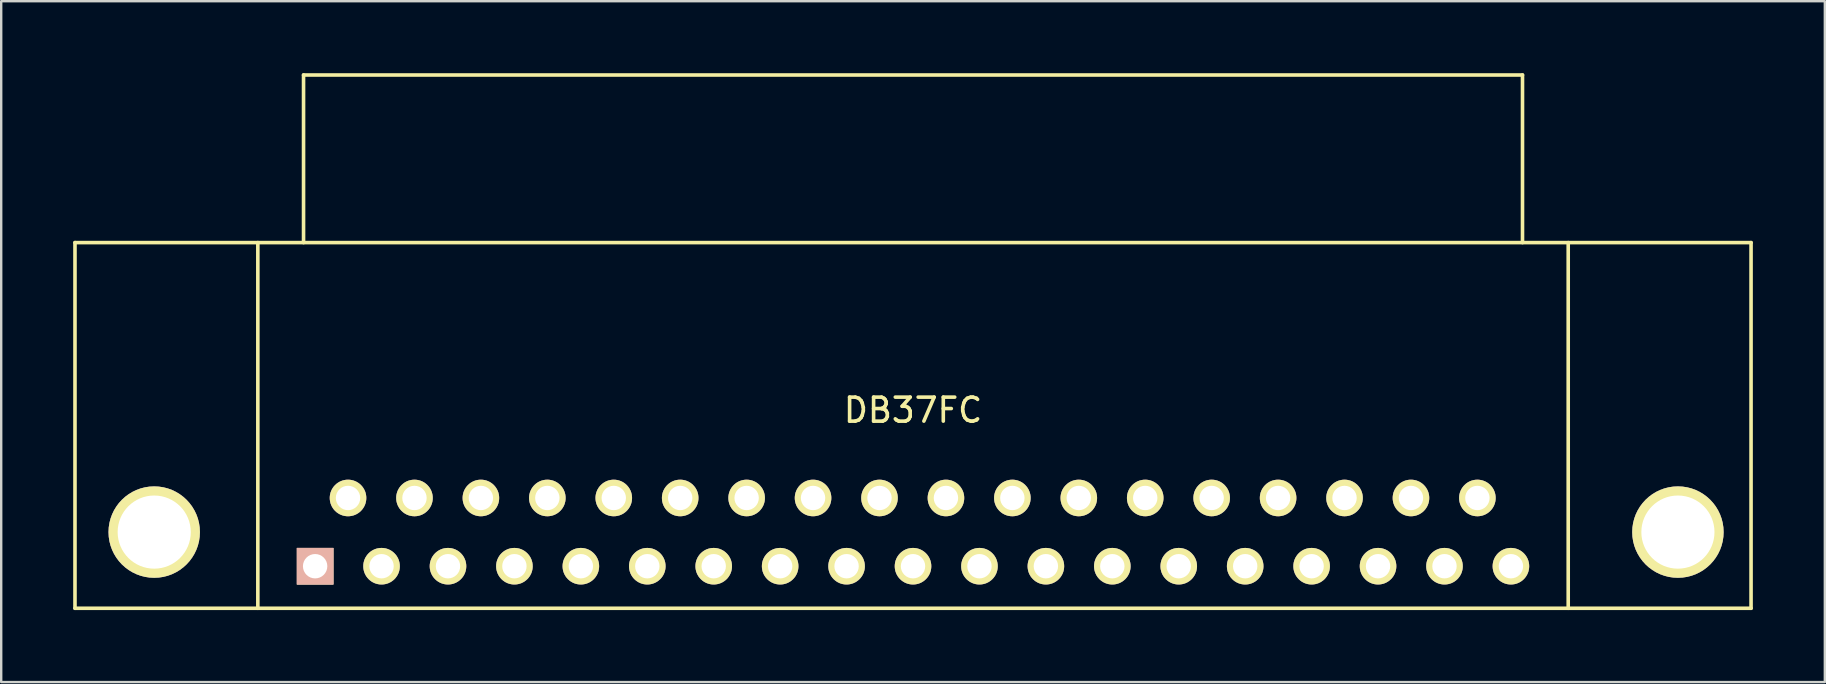
<source format=kicad_pcb>
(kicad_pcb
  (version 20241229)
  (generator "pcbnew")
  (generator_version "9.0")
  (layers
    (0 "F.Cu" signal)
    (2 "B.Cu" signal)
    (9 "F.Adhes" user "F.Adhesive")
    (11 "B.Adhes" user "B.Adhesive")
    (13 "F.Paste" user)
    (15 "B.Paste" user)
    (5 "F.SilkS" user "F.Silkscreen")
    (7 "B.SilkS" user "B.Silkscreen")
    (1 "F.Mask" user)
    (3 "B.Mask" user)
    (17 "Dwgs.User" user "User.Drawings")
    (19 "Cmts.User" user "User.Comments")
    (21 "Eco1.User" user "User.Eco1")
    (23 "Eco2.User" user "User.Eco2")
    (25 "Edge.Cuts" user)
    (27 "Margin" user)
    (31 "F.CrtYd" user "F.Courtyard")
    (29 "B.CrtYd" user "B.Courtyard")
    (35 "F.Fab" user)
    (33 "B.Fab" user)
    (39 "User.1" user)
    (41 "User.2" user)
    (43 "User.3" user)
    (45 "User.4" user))
  (footprint "DB37FC"
    (layer "F.Cu")
    (at 35 19.125)
    (property "Reference" "DB37FC" (at 0 -5.08 180) (layer "F.SilkS") (effects (font (size 1 1) (thickness 0.15))))
    (attr through_hole)
    (fp_line (start -34.925 -12.065) (end 34.925 -12.065) (stroke (width 0.15) (type solid)) (layer "F.SilkS"))
    (fp_line (start -34.925 3.175) (end -34.925 -12.065) (stroke (width 0.15) (type solid)) (layer "F.SilkS"))
    (fp_line (start -27.305 -12.065) (end -27.305 3.175) (stroke (width 0.15) (type solid)) (layer "F.SilkS"))
    (fp_line (start -25.4 -19.05) (end -25.4 -12.065) (stroke (width 0.15) (type solid)) (layer "F.SilkS"))
    (fp_line (start 25.4 -19.05) (end -25.4 -19.05) (stroke (width 0.15) (type solid)) (layer "F.SilkS"))
    (fp_line (start 25.4 -12.065) (end 25.4 -19.05) (stroke (width 0.15) (type solid)) (layer "F.SilkS"))
    (fp_line (start 27.305 -12.065) (end 27.305 3.175) (stroke (width 0.15) (type solid)) (layer "F.SilkS"))
    (fp_line (start 34.925 -12.065) (end 34.925 3.175) (stroke (width 0.15) (type solid)) (layer "F.SilkS"))
    (fp_line (start 34.925 3.175) (end -34.925 3.175) (stroke (width 0.15) (type solid)) (layer "F.SilkS"))
    (pad "1" thru_hole rect (at -24.917 1.422 180) (size 1.524 1.524) (drill 1.016) (layers "*.Cu" "*.SilkS" "*.Mask"))
    (pad "2" thru_hole circle (at -22.149 1.422 180) (size 1.524 1.524) (drill 1.016) (layers "*.Cu" "*.Mask" "F.SilkS"))
    (pad "3" thru_hole circle (at -19.38 1.422 180) (size 1.524 1.524) (drill 1.016) (layers "*.Cu" "*.Mask" "F.SilkS"))
    (pad "4" thru_hole circle (at -16.612 1.422 180) (size 1.524 1.524) (drill 1.016) (layers "*.Cu" "*.Mask" "F.SilkS"))
    (pad "5" thru_hole circle (at -13.843 1.422 180) (size 1.524 1.524) (drill 1.016) (layers "*.Cu" "*.Mask" "F.SilkS"))
    (pad "6" thru_hole circle (at -11.074 1.422 180) (size 1.524 1.524) (drill 1.016) (layers "*.Cu" "*.Mask" "F.SilkS"))
    (pad "7" thru_hole circle (at -8.306 1.422 180) (size 1.524 1.524) (drill 1.016) (layers "*.Cu" "*.Mask" "F.SilkS"))
    (pad "8" thru_hole circle (at -5.537 1.422 180) (size 1.524 1.524) (drill 1.016) (layers "*.Cu" "*.Mask" "F.SilkS"))
    (pad "9" thru_hole circle (at -2.769 1.422 180) (size 1.524 1.524) (drill 1.016) (layers "*.Cu" "*.Mask" "F.SilkS"))
    (pad "10" thru_hole circle (at 0 1.422 180) (size 1.524 1.524) (drill 1.016) (layers "*.Cu" "*.Mask" "F.SilkS"))
    (pad "11" thru_hole circle (at 2.769 1.422 180) (size 1.524 1.524) (drill 1.016) (layers "*.Cu" "*.Mask" "F.SilkS"))
    (pad "12" thru_hole circle (at 5.537 1.422 180) (size 1.524 1.524) (drill 1.016) (layers "*.Cu" "*.Mask" "F.SilkS"))
    (pad "13" thru_hole circle (at 8.306 1.422 180) (size 1.524 1.524) (drill 1.016) (layers "*.Cu" "*.Mask" "F.SilkS"))
    (pad "14" thru_hole circle (at 11.074 1.422 180) (size 1.524 1.524) (drill 1.016) (layers "*.Cu" "*.Mask" "F.SilkS"))
    (pad "15" thru_hole circle (at 13.843 1.422 180) (size 1.524 1.524) (drill 1.016) (layers "*.Cu" "*.Mask" "F.SilkS"))
    (pad "16" thru_hole circle (at 16.612 1.422 180) (size 1.524 1.524) (drill 1.016) (layers "*.Cu" "*.Mask" "F.SilkS"))
    (pad "17" thru_hole circle (at 19.38 1.422 180) (size 1.524 1.524) (drill 1.016) (layers "*.Cu" "*.Mask" "F.SilkS"))
    (pad "18" thru_hole circle (at 22.149 1.422 180) (size 1.524 1.524) (drill 1.016) (layers "*.Cu" "*.Mask" "F.SilkS"))
    (pad "19" thru_hole circle (at 24.917 1.422 180) (size 1.524 1.524) (drill 1.016) (layers "*.Cu" "*.Mask" "F.SilkS"))
    (pad "20" thru_hole circle (at -23.546 -1.422 180) (size 1.524 1.524) (drill 1.016) (layers "*.Cu" "*.Mask" "F.SilkS"))
    (pad "21" thru_hole circle (at -20.777 -1.422 180) (size 1.524 1.524) (drill 1.016) (layers "*.Cu" "*.Mask" "F.SilkS"))
    (pad "22" thru_hole circle (at -18.009 -1.422 180) (size 1.524 1.524) (drill 1.016) (layers "*.Cu" "*.Mask" "F.SilkS"))
    (pad "23" thru_hole circle (at -15.24 -1.422 180) (size 1.524 1.524) (drill 1.016) (layers "*.Cu" "*.Mask" "F.SilkS"))
    (pad "24" thru_hole circle (at -12.471 -1.422 180) (size 1.524 1.524) (drill 1.016) (layers "*.Cu" "*.Mask" "F.SilkS"))
    (pad "25" thru_hole circle (at -9.703 -1.422 180) (size 1.524 1.524) (drill 1.016) (layers "*.Cu" "*.Mask" "F.SilkS"))
    (pad "26" thru_hole circle (at -6.934 -1.422 180) (size 1.524 1.524) (drill 1.016) (layers "*.Cu" "*.Mask" "F.SilkS"))
    (pad "27" thru_hole circle (at -4.166 -1.422 180) (size 1.524 1.524) (drill 1.016) (layers "*.Cu" "*.Mask" "F.SilkS"))
    (pad "28" thru_hole circle (at -1.397 -1.422 180) (size 1.524 1.524) (drill 1.016) (layers "*.Cu" "*.Mask" "F.SilkS"))
    (pad "29" thru_hole circle (at 1.372 -1.422 180) (size 1.524 1.524) (drill 1.016) (layers "*.Cu" "*.Mask" "F.SilkS"))
    (pad "30" thru_hole circle (at 4.14 -1.422 180) (size 1.524 1.524) (drill 1.016) (layers "*.Cu" "*.Mask" "F.SilkS"))
    (pad "31" thru_hole circle (at 6.909 -1.422 180) (size 1.524 1.524) (drill 1.016) (layers "*.Cu" "*.Mask" "F.SilkS"))
    (pad "32" thru_hole circle (at 9.677 -1.422 180) (size 1.524 1.524) (drill 1.016) (layers "*.Cu" "*.Mask" "F.SilkS"))
    (pad "33" thru_hole circle (at 12.446 -1.422 180) (size 1.524 1.524) (drill 1.016) (layers "*.Cu" "*.Mask" "F.SilkS"))
    (pad "34" thru_hole circle (at 15.215 -1.422 180) (size 1.524 1.524) (drill 1.016) (layers "*.Cu" "*.Mask" "F.SilkS"))
    (pad "35" thru_hole circle (at 17.983 -1.422 180) (size 1.524 1.524) (drill 1.016) (layers "*.Cu" "*.Mask" "F.SilkS"))
    (pad "36" thru_hole circle (at 20.752 -1.422 180) (size 1.524 1.524) (drill 1.016) (layers "*.Cu" "*.Mask" "F.SilkS"))
    (pad "37" thru_hole circle (at 23.52 -1.422 180) (size 1.524 1.524) (drill 1.016) (layers "*.Cu" "*.Mask" "F.SilkS"))
    (pad "?" thru_hole circle (at -31.623 0 180) (size 3.81 3.81) (drill 3.048) (layers "*.Cu" "*.Mask" "F.SilkS"))
    (pad "?" thru_hole circle (at 31.877 0 180) (size 3.81 3.81) (drill 3.048) (layers "*.Cu" "*.Mask" "F.SilkS")))
  (gr_rect
    (start -3 -3)
    (end 73 25.375)
    (stroke (width 0.1) (type default))
    (fill no)
    (layer "Edge.Cuts")))
</source>
